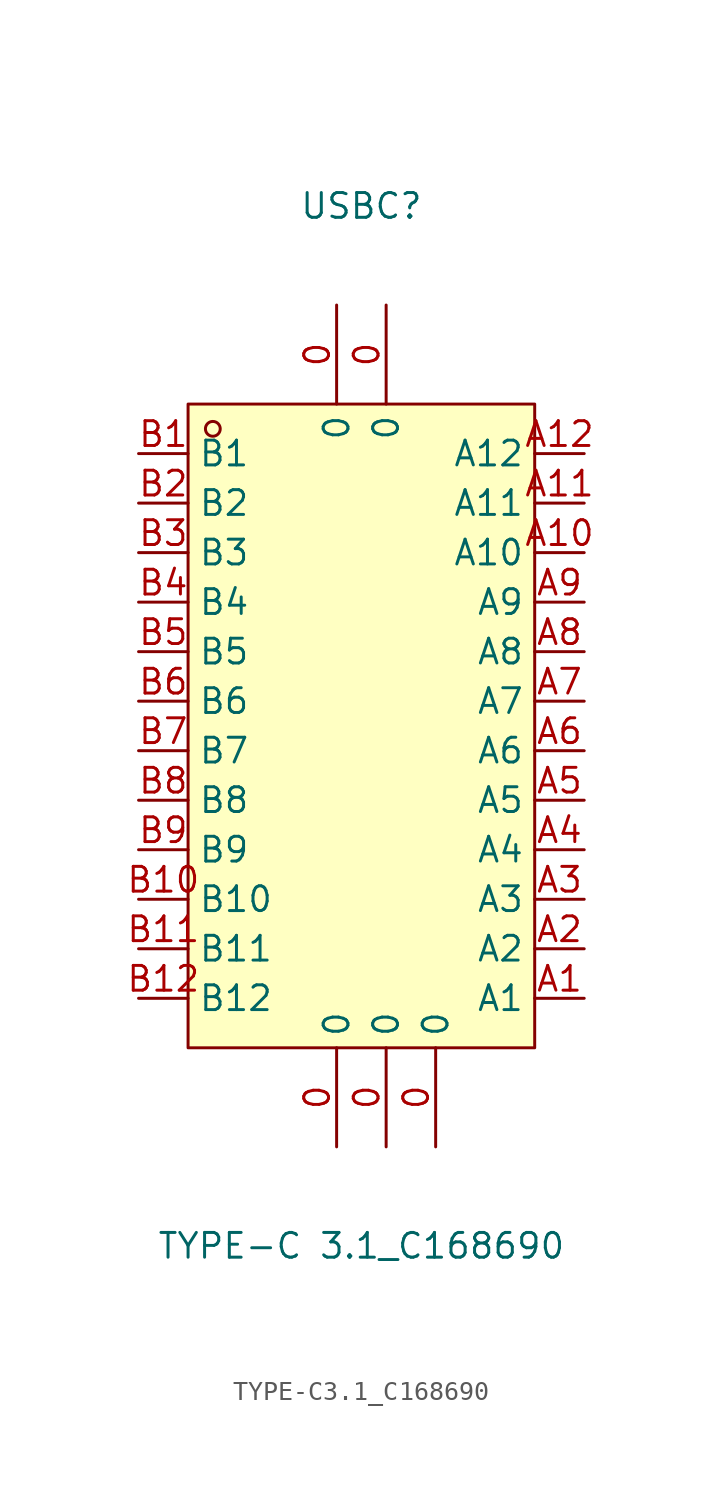
<source format=kicad_sym>
(kicad_symbol_lib
  (version 20211014)
  (generator https://github.com/uPesy/easyeda2kicad.py)
  (symbol "TYPE-C3.1_C168690"
    (property "Reference" "USBC"
      (at 0 26.67 0)
      (effects (font (size 1.27 1.27))))
    (property "Value" "TYPE-C 3.1_C168690"
      (at 0 -26.67 0)
      (effects (font (size 1.27 1.27))))
    (symbol "TYPE-C3.1_C168690_0_1"
      (rectangle (start -8.89 16.51) (end 8.89 -16.51) (stroke (width 0) (type default) (color 0 0 0 0)) (fill (type background)))
      (circle (center -7.62 15.24) (radius 0.38) (stroke (width 0) (type default) (color 0 0 0 0)) (fill (type none)))
      (pin unspecified line (at -11.43 13.97 0) (length 2.54) (name "B1" (effects (font (size 1.27 1.27)))) (number "B1" (effects (font (size 1.27 1.27)))))
      (pin unspecified line (at -11.43 11.43 0) (length 2.54) (name "B2" (effects (font (size 1.27 1.27)))) (number "B2" (effects (font (size 1.27 1.27)))))
      (pin unspecified line (at -11.43 8.89 0) (length 2.54) (name "B3" (effects (font (size 1.27 1.27)))) (number "B3" (effects (font (size 1.27 1.27)))))
      (pin unspecified line (at -11.43 6.35 0) (length 2.54) (name "B4" (effects (font (size 1.27 1.27)))) (number "B4" (effects (font (size 1.27 1.27)))))
      (pin unspecified line (at -11.43 3.81 0) (length 2.54) (name "B5" (effects (font (size 1.27 1.27)))) (number "B5" (effects (font (size 1.27 1.27)))))
      (pin unspecified line (at -11.43 1.27 0) (length 2.54) (name "B6" (effects (font (size 1.27 1.27)))) (number "B6" (effects (font (size 1.27 1.27)))))
      (pin unspecified line (at -11.43 -1.27 0) (length 2.54) (name "B7" (effects (font (size 1.27 1.27)))) (number "B7" (effects (font (size 1.27 1.27)))))
      (pin unspecified line (at -11.43 -3.81 0) (length 2.54) (name "B8" (effects (font (size 1.27 1.27)))) (number "B8" (effects (font (size 1.27 1.27)))))
      (pin unspecified line (at -11.43 -6.35 0) (length 2.54) (name "B9" (effects (font (size 1.27 1.27)))) (number "B9" (effects (font (size 1.27 1.27)))))
      (pin unspecified line (at -11.43 -8.89 0) (length 2.54) (name "B10" (effects (font (size 1.27 1.27)))) (number "B10" (effects (font (size 1.27 1.27)))))
      (pin unspecified line (at -11.43 -11.43 0) (length 2.54) (name "B11" (effects (font (size 1.27 1.27)))) (number "B11" (effects (font (size 1.27 1.27)))))
      (pin unspecified line (at -11.43 -13.97 0) (length 2.54) (name "B12" (effects (font (size 1.27 1.27)))) (number "B12" (effects (font (size 1.27 1.27)))))
      (pin unspecified line (at -1.27 21.59 270) (length 5.08) (name "0" (effects (font (size 1.27 1.27)))) (number "0" (effects (font (size 1.27 1.27)))))
      (pin unspecified line (at 1.27 21.59 270) (length 5.08) (name "0" (effects (font (size 1.27 1.27)))) (number "0" (effects (font (size 1.27 1.27)))))
      (pin unspecified line (at -1.27 -21.59 90) (length 5.08) (name "0" (effects (font (size 1.27 1.27)))) (number "0" (effects (font (size 1.27 1.27)))))
      (pin unspecified line (at 1.27 -21.59 90) (length 5.08) (name "0" (effects (font (size 1.27 1.27)))) (number "0" (effects (font (size 1.27 1.27)))))
      (pin unspecified line (at 11.43 -13.97 180) (length 2.54) (name "A1" (effects (font (size 1.27 1.27)))) (number "A1" (effects (font (size 1.27 1.27)))))
      (pin unspecified line (at 11.43 -11.43 180) (length 2.54) (name "A2" (effects (font (size 1.27 1.27)))) (number "A2" (effects (font (size 1.27 1.27)))))
      (pin unspecified line (at 11.43 -8.89 180) (length 2.54) (name "A3" (effects (font (size 1.27 1.27)))) (number "A3" (effects (font (size 1.27 1.27)))))
      (pin unspecified line (at 11.43 -6.35 180) (length 2.54) (name "A4" (effects (font (size 1.27 1.27)))) (number "A4" (effects (font (size 1.27 1.27)))))
      (pin unspecified line (at 11.43 -3.81 180) (length 2.54) (name "A5" (effects (font (size 1.27 1.27)))) (number "A5" (effects (font (size 1.27 1.27)))))
      (pin unspecified line (at 11.43 -1.27 180) (length 2.54) (name "A6" (effects (font (size 1.27 1.27)))) (number "A6" (effects (font (size 1.27 1.27)))))
      (pin unspecified line (at 11.43 1.27 180) (length 2.54) (name "A7" (effects (font (size 1.27 1.27)))) (number "A7" (effects (font (size 1.27 1.27)))))
      (pin unspecified line (at 11.43 3.81 180) (length 2.54) (name "A8" (effects (font (size 1.27 1.27)))) (number "A8" (effects (font (size 1.27 1.27)))))
      (pin unspecified line (at 11.43 6.35 180) (length 2.54) (name "A9" (effects (font (size 1.27 1.27)))) (number "A9" (effects (font (size 1.27 1.27)))))
      (pin unspecified line (at 11.43 8.89 180) (length 2.54) (name "A10" (effects (font (size 1.27 1.27)))) (number "A10" (effects (font (size 1.27 1.27)))))
      (pin unspecified line (at 11.43 11.43 180) (length 2.54) (name "A11" (effects (font (size 1.27 1.27)))) (number "A11" (effects (font (size 1.27 1.27)))))
      (pin unspecified line (at 11.43 13.97 180) (length 2.54) (name "A12" (effects (font (size 1.27 1.27)))) (number "A12" (effects (font (size 1.27 1.27)))))
      (pin unspecified line (at 3.81 -21.59 90) (length 5.08) (name "0" (effects (font (size 1.27 1.27)))) (number "0" (effects (font (size 1.27 1.27))))))))
</source>
